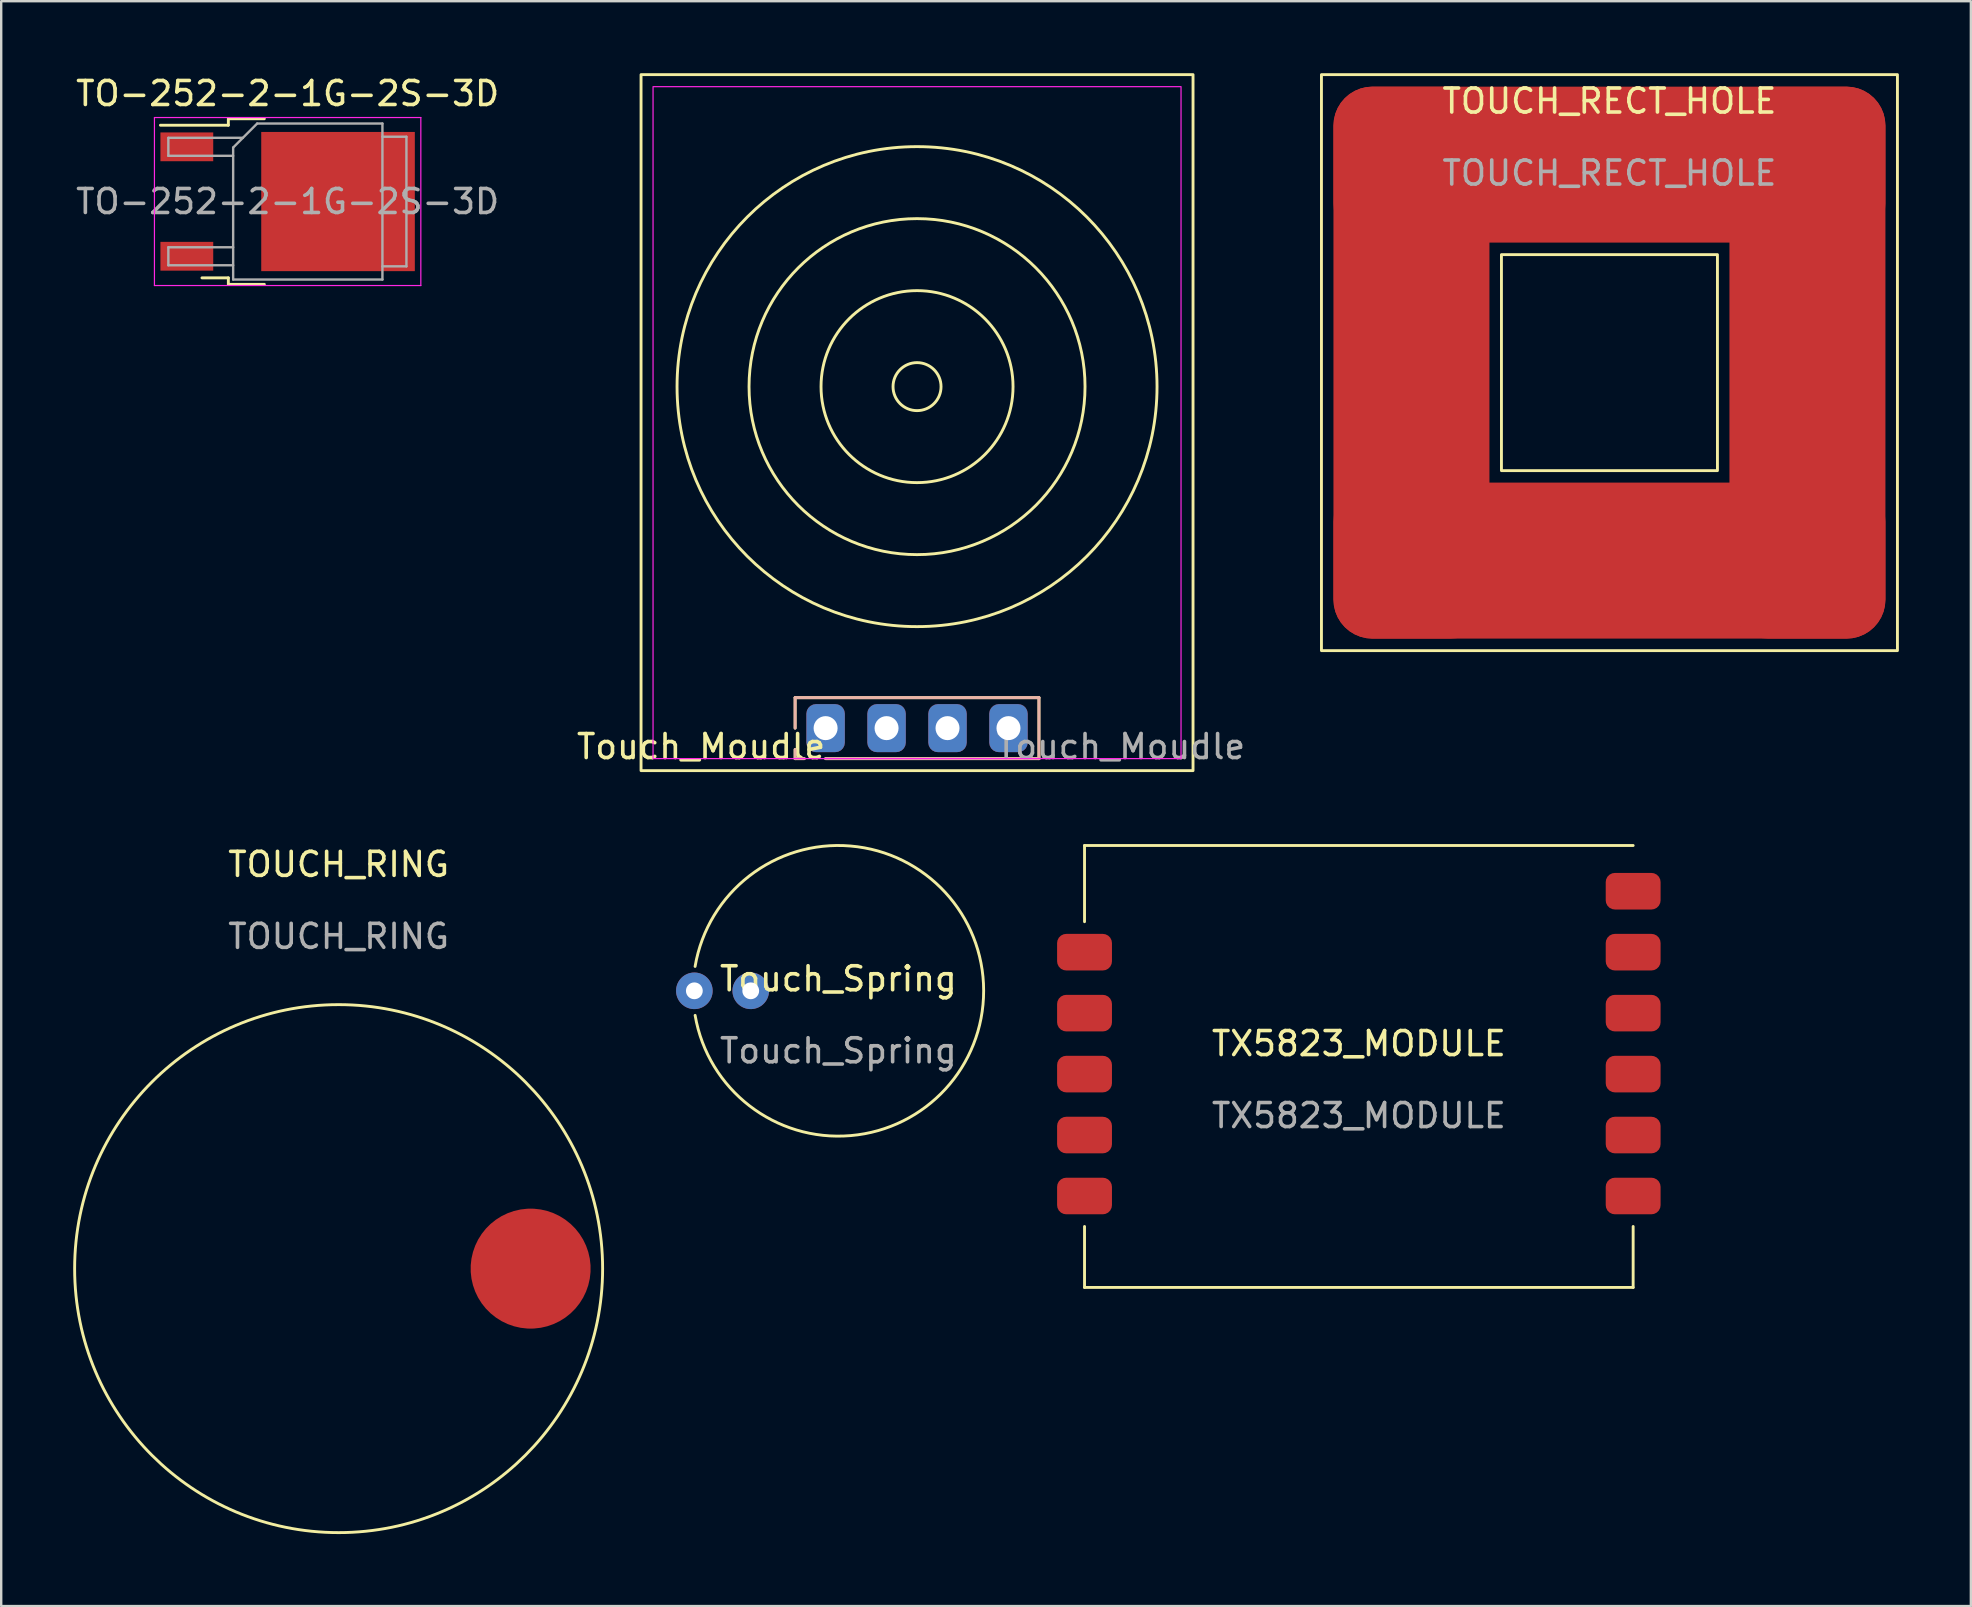
<source format=kicad_pcb>
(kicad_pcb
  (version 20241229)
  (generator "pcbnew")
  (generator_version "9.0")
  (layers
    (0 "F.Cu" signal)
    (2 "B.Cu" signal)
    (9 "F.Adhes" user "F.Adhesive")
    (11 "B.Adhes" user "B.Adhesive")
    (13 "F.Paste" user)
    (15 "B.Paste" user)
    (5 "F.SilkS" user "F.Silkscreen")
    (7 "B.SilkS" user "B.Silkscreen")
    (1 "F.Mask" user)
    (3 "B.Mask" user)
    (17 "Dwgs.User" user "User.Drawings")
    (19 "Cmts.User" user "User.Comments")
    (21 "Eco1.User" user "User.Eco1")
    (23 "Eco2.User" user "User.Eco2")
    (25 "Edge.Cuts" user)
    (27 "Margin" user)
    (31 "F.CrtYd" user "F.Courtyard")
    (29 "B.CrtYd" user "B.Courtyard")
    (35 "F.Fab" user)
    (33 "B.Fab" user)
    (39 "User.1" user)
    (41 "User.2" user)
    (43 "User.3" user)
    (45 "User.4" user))
  (footprint "TOUCH_RECT_HOLE"
    (layer "F.Cu")
    (at 64.012 12.06)
    (property "Reference" "TOUCH_RECT_HOLE" (at 0 -10.898 0) (unlocked yes) (layer "F.SilkS") (effects (font (size 1 1) (thickness 0.15))))
    (attr smd)
    (fp_rect (start -12 -12) (end 12 12) (stroke (width 0.12) (type solid)) (fill no) (layer "F.SilkS"))
    (fp_rect (start -4.5 -4.5) (end 4.5 4.5) (stroke (width 0.12) (type solid)) (fill no) (layer "F.SilkS"))
    (fp_text user "${REFERENCE}" (at 0 -7.898 0) (unlocked yes) (layer "F.Fab") (effects (font (size 1 1) (thickness 0.15))))
    (pad "1" smd roundrect (at -8.25 0) (size 6.5 23) (layers "F.Cu" "F.Mask" "F.Paste") (roundrect_rratio 0.25))
    (pad "1" smd roundrect (at 0 -8.25) (size 23 6.5) (layers "F.Cu" "F.Mask" "F.Paste") (roundrect_rratio 0.25))
    (pad "1" smd roundrect (at 0 8.25) (size 23 6.5) (layers "F.Cu" "F.Mask" "F.Paste") (roundrect_rratio 0.25))
    (pad "1" smd roundrect (at 8.25 0) (size 6.5 23) (layers "F.Cu" "F.Mask" "F.Paste") (roundrect_rratio 0.25)))
  (footprint "Touch_Moudle"
    (layer "F.Cu")
    (at 35.161 28.56)
    (property "Reference" "Touch_Moudle" (at -9 -0.5 0) (unlocked yes) (layer "F.SilkS") (effects (font (size 1 1) (thickness 0.15))))
    (attr through_hole)
    (fp_line (start -5.08 -2.54) (end -5.08 -1.27) (stroke (width 0.12) (type solid)) (layer "F.SilkS"))
    (fp_line (start -5.08 0) (end -5.08 -0.381) (stroke (width 0.12) (type solid)) (layer "F.SilkS"))
    (fp_line (start -4.699 0) (end -5.08 0) (stroke (width 0.12) (type solid)) (layer "F.SilkS"))
    (fp_line (start -3.81 0) (end 5.08 0) (stroke (width 0.12) (type solid)) (layer "F.SilkS"))
    (fp_line (start 5.08 -2.54) (end -5.08 -2.54) (stroke (width 0.12) (type solid)) (layer "F.SilkS"))
    (fp_line (start 5.08 0) (end 5.08 -2.54) (stroke (width 0.12) (type solid)) (layer "F.SilkS"))
    (fp_rect (start -11.5 0.5) (end 11.5 -28.5) (stroke (width 0.12) (type solid)) (fill no) (layer "F.SilkS"))
    (fp_circle (center 0 -15.5) (end 1 -15.5) (stroke (width 0.12) (type solid)) (fill no) (layer "F.SilkS"))
    (fp_circle (center 0 -15.5) (end 4 -15.5) (stroke (width 0.12) (type solid)) (fill no) (layer "F.SilkS"))
    (fp_circle (center 0 -15.5) (end 7 -15.5) (stroke (width 0.12) (type solid)) (fill no) (layer "F.SilkS"))
    (fp_circle (center 0 -15.5) (end 10 -15.5) (stroke (width 0.12) (type solid)) (fill no) (layer "F.SilkS"))
    (fp_line (start -5.08 -2.54) (end 5.08 -2.54) (stroke (width 0.12) (type solid)) (layer "B.SilkS"))
    (fp_line (start -5.08 -1.27) (end -5.08 -2.54) (stroke (width 0.12) (type solid)) (layer "B.SilkS"))
    (fp_line (start -5.08 0) (end -5.08 -0.381) (stroke (width 0.12) (type solid)) (layer "B.SilkS"))
    (fp_line (start -4.699 0) (end -5.08 0) (stroke (width 0.12) (type solid)) (layer "B.SilkS"))
    (fp_line (start 5.08 -2.54) (end 5.08 0) (stroke (width 0.12) (type solid)) (layer "B.SilkS"))
    (fp_line (start 5.08 0) (end -3.81 0) (stroke (width 0.12) (type solid)) (layer "B.SilkS"))
    (fp_rect (start -11 0) (end 11 -28) (stroke (width 0.05) (type solid)) (fill no) (layer "F.CrtYd"))
    (fp_text user "${REFERENCE}" (at 8.5 -0.5 0) (unlocked yes) (layer "F.Fab") (effects (font (size 1 1) (thickness 0.15))))
    (pad "1" thru_hole roundrect (at -3.81 -1.27 90) (size 2 1.6) (drill 1) (layers "*.Cu" "*.Mask") (roundrect_rratio 0.25))
    (pad "2" thru_hole roundrect (at -1.27 -1.27 90) (size 2 1.6) (drill 1) (layers "*.Cu" "*.Mask") (roundrect_rratio 0.25))
    (pad "3" thru_hole roundrect (at 1.27 -1.27 90) (size 2 1.6) (drill 1) (layers "*.Cu" "*.Mask") (roundrect_rratio 0.25))
    (pad "4" thru_hole roundrect (at 3.81 -1.27 90) (size 2 1.6) (drill 1) (layers "*.Cu" "*.Mask") (roundrect_rratio 0.25)))
  (footprint "TO-252-2-1G-2S-3D"
    (layer "F.Cu")
    (at 8.935 5.348)
    (property "Reference" "TO-252-2-1G-2S-3D" (at 0 -4.5 0) (layer "F.SilkS") (effects (font (size 1 1) (thickness 0.15))))
    (attr smd)
    (fp_line (start -2.47 -3.45) (end -2.47 -3.18) (stroke (width 0.12) (type solid)) (layer "F.SilkS"))
    (fp_line (start -2.47 -3.18) (end -5.3 -3.18) (stroke (width 0.12) (type solid)) (layer "F.SilkS"))
    (fp_line (start -2.47 3.18) (end -3.57 3.18) (stroke (width 0.12) (type solid)) (layer "F.SilkS"))
    (fp_line (start -2.47 3.45) (end -2.47 3.18) (stroke (width 0.12) (type solid)) (layer "F.SilkS"))
    (fp_line (start -0.97 -3.45) (end -2.47 -3.45) (stroke (width 0.12) (type solid)) (layer "F.SilkS"))
    (fp_line (start -0.97 3.45) (end -2.47 3.45) (stroke (width 0.12) (type solid)) (layer "F.SilkS"))
    (fp_line (start -5.55 -3.5) (end -5.55 3.5) (stroke (width 0.05) (type solid)) (layer "F.CrtYd"))
    (fp_line (start -5.55 3.5) (end 5.55 3.5) (stroke (width 0.05) (type solid)) (layer "F.CrtYd"))
    (fp_line (start 5.55 -3.5) (end -5.55 -3.5) (stroke (width 0.05) (type solid)) (layer "F.CrtYd"))
    (fp_line (start 5.55 3.5) (end 5.55 -3.5) (stroke (width 0.05) (type solid)) (layer "F.CrtYd"))
    (fp_line (start -4.97 -2.655) (end -4.97 -1.905) (stroke (width 0.1) (type solid)) (layer "F.Fab"))
    (fp_line (start -4.97 -1.905) (end -2.27 -1.905) (stroke (width 0.1) (type solid)) (layer "F.Fab"))
    (fp_line (start -4.97 1.905) (end -4.97 2.655) (stroke (width 0.1) (type solid)) (layer "F.Fab"))
    (fp_line (start -4.97 2.655) (end -2.27 2.655) (stroke (width 0.1) (type solid)) (layer "F.Fab"))
    (fp_line (start -2.27 -2.25) (end -1.27 -3.25) (stroke (width 0.1) (type solid)) (layer "F.Fab"))
    (fp_line (start -2.27 1.905) (end -4.97 1.905) (stroke (width 0.1) (type solid)) (layer "F.Fab"))
    (fp_line (start -2.27 3.25) (end -2.27 -2.25) (stroke (width 0.1) (type solid)) (layer "F.Fab"))
    (fp_line (start -1.865 -2.655) (end -4.97 -2.655) (stroke (width 0.1) (type solid)) (layer "F.Fab"))
    (fp_line (start -1.27 -3.25) (end 3.95 -3.25) (stroke (width 0.1) (type solid)) (layer "F.Fab"))
    (fp_line (start 3.95 -3.25) (end 3.95 3.25) (stroke (width 0.1) (type solid)) (layer "F.Fab"))
    (fp_line (start 3.95 -2.7) (end 4.95 -2.7) (stroke (width 0.1) (type solid)) (layer "F.Fab"))
    (fp_line (start 3.95 3.25) (end -2.27 3.25) (stroke (width 0.1) (type solid)) (layer "F.Fab"))
    (fp_line (start 4.95 -2.7) (end 4.95 2.7) (stroke (width 0.1) (type solid)) (layer "F.Fab"))
    (fp_line (start 4.95 2.7) (end 3.95 2.7) (stroke (width 0.1) (type solid)) (layer "F.Fab"))
    (fp_text user "${REFERENCE}" (at 0 0 0) (layer "F.Fab") (effects (font (size 1 1) (thickness 0.15))))
    (pad "" smd rect (at 0.425 -1.525) (size 3.05 2.75) (layers "F.Paste"))
    (pad "" smd rect (at 0.425 1.525) (size 3.05 2.75) (layers "F.Paste"))
    (pad "" smd rect (at 3.775 -1.525) (size 3.05 2.75) (layers "F.Paste"))
    (pad "" smd rect (at 3.775 1.525) (size 3.05 2.75) (layers "F.Paste"))
    (pad "1" smd rect (at -4.2 -2.28) (size 2.2 1.2) (layers "F.Cu" "F.Mask" "F.Paste"))
    (pad "2" smd rect (at -4.2 2.28) (size 2.2 1.2) (layers "F.Cu" "F.Mask" "F.Paste"))
    (pad "3" smd rect (at 2.1 0) (size 6.4 5.8) (layers "F.Cu" "F.Mask")))
  (footprint "TOUCH_RING"
    (layer "F.Cu")
    (at 11.06 49.811)
    (property "Reference" "TOUCH_RING" (at 0 -16.843 0) (unlocked yes) (layer "F.SilkS") (effects (font (size 1 1) (thickness 0.15))))
    (attr smd)
    (fp_circle (center 0 0) (end 11 0) (stroke (width 0.12) (type solid)) (fill no) (layer "F.SilkS"))
    (fp_text user "${REFERENCE}" (at 0 -13.843 0) (unlocked yes) (layer "F.Fab") (effects (font (size 1 1) (thickness 0.15))))
    (pad "1" smd custom (at 0 0) (size 0.001 0.001) (layers "F.Cu" "F.Mask" "F.Paste") (options (anchor circle)) (primitives (gr_arc (start 8 0) (mid -8 0) (end 8 0) (width 5)))))
  (footprint "Touch_Spring"
    (layer "F.Cu")
    (at 31.882 38.235)
    (property "Reference" "Touch_Spring" (at 0 -0.5 0) (unlocked yes) (layer "F.SilkS") (effects (font (size 1 1) (thickness 0.15))))
    (attr through_hole)
    (fp_arc (start -5.968999 -1.016) (mid 6.054849 -0.003577) (end -5.967795 1.023051) (stroke (width 0.12) (type solid)) (layer "F.SilkS"))
    (fp_text user "${REFERENCE}" (at 0 2.5 0) (unlocked yes) (layer "F.Fab") (effects (font (size 1 1) (thickness 0.15))))
    (pad "1" thru_hole circle (at -6 0) (size 1.524 1.524) (drill 0.7) (layers "*.Cu" "*.Mask"))
    (pad "1" thru_hole circle (at -3.65 0) (size 1.524 1.524) (drill 0.7) (layers "*.Cu" "*.Mask")))
  (footprint "TX5823_MODULE"
    (layer "F.Cu")
    (at 53.57 41.705)
    (property "Reference" "TX5823_MODULE" (at 0 -1.27 0) (unlocked yes) (layer "F.SilkS") (effects (font (size 1 1) (thickness 0.15))))
    (attr smd)
    (fp_line (start -11.43 -9.525) (end -11.43 -6.35) (stroke (width 0.12) (type default)) (layer "F.SilkS"))
    (fp_line (start -11.43 8.89) (end -11.43 6.35) (stroke (width 0.12) (type default)) (layer "F.SilkS"))
    (fp_line (start -11.43 8.89) (end 11.43 8.89) (stroke (width 0.12) (type default)) (layer "F.SilkS"))
    (fp_line (start 11.43 -9.525) (end -11.43 -9.525) (stroke (width 0.12) (type default)) (layer "F.SilkS"))
    (fp_line (start 11.43 8.89) (end 11.43 6.35) (stroke (width 0.12) (type default)) (layer "F.SilkS"))
    (fp_text user "${REFERENCE}" (at 0 1.73 0) (unlocked yes) (layer "F.Fab") (effects (font (size 1 1) (thickness 0.15))))
    (pad "1" smd roundrect (at 11.43 -7.62) (size 2.286 1.524) (layers "F.Cu" "F.Mask" "F.Paste") (roundrect_rratio 0.25))
    (pad "2" smd roundrect (at 11.43 -5.08) (size 2.286 1.524) (layers "F.Cu" "F.Mask" "F.Paste") (roundrect_rratio 0.25))
    (pad "3" smd roundrect (at 11.43 -2.54) (size 2.286 1.524) (layers "F.Cu" "F.Mask" "F.Paste") (roundrect_rratio 0.25))
    (pad "4" smd roundrect (at 11.43 0) (size 2.286 1.524) (layers "F.Cu" "F.Mask" "F.Paste") (roundrect_rratio 0.25))
    (pad "5" smd roundrect (at 11.43 2.54) (size 2.286 1.524) (layers "F.Cu" "F.Mask" "F.Paste") (roundrect_rratio 0.25))
    (pad "6" smd roundrect (at 11.43 5.08) (size 2.286 1.524) (layers "F.Cu" "F.Mask" "F.Paste") (roundrect_rratio 0.25))
    (pad "7" smd roundrect (at -11.43 5.08) (size 2.286 1.524) (layers "F.Cu" "F.Mask" "F.Paste") (roundrect_rratio 0.25))
    (pad "8" smd roundrect (at -11.43 2.54) (size 2.286 1.524) (layers "F.Cu" "F.Mask" "F.Paste") (roundrect_rratio 0.25))
    (pad "9" smd roundrect (at -11.43 0) (size 2.286 1.524) (layers "F.Cu" "F.Mask" "F.Paste") (roundrect_rratio 0.25))
    (pad "10" smd roundrect (at -11.43 -2.54) (size 2.286 1.524) (layers "F.Cu" "F.Mask" "F.Paste") (roundrect_rratio 0.25))
    (pad "11" smd roundrect (at -11.43 -5.08) (size 2.286 1.524) (layers "F.Cu" "F.Mask" "F.Paste") (roundrect_rratio 0.25)))
  (gr_rect
    (start -3 -3)
    (end 79.072 63.871)
    (stroke (width 0.1) (type default))
    (fill no)
    (layer "Edge.Cuts")))
</source>
